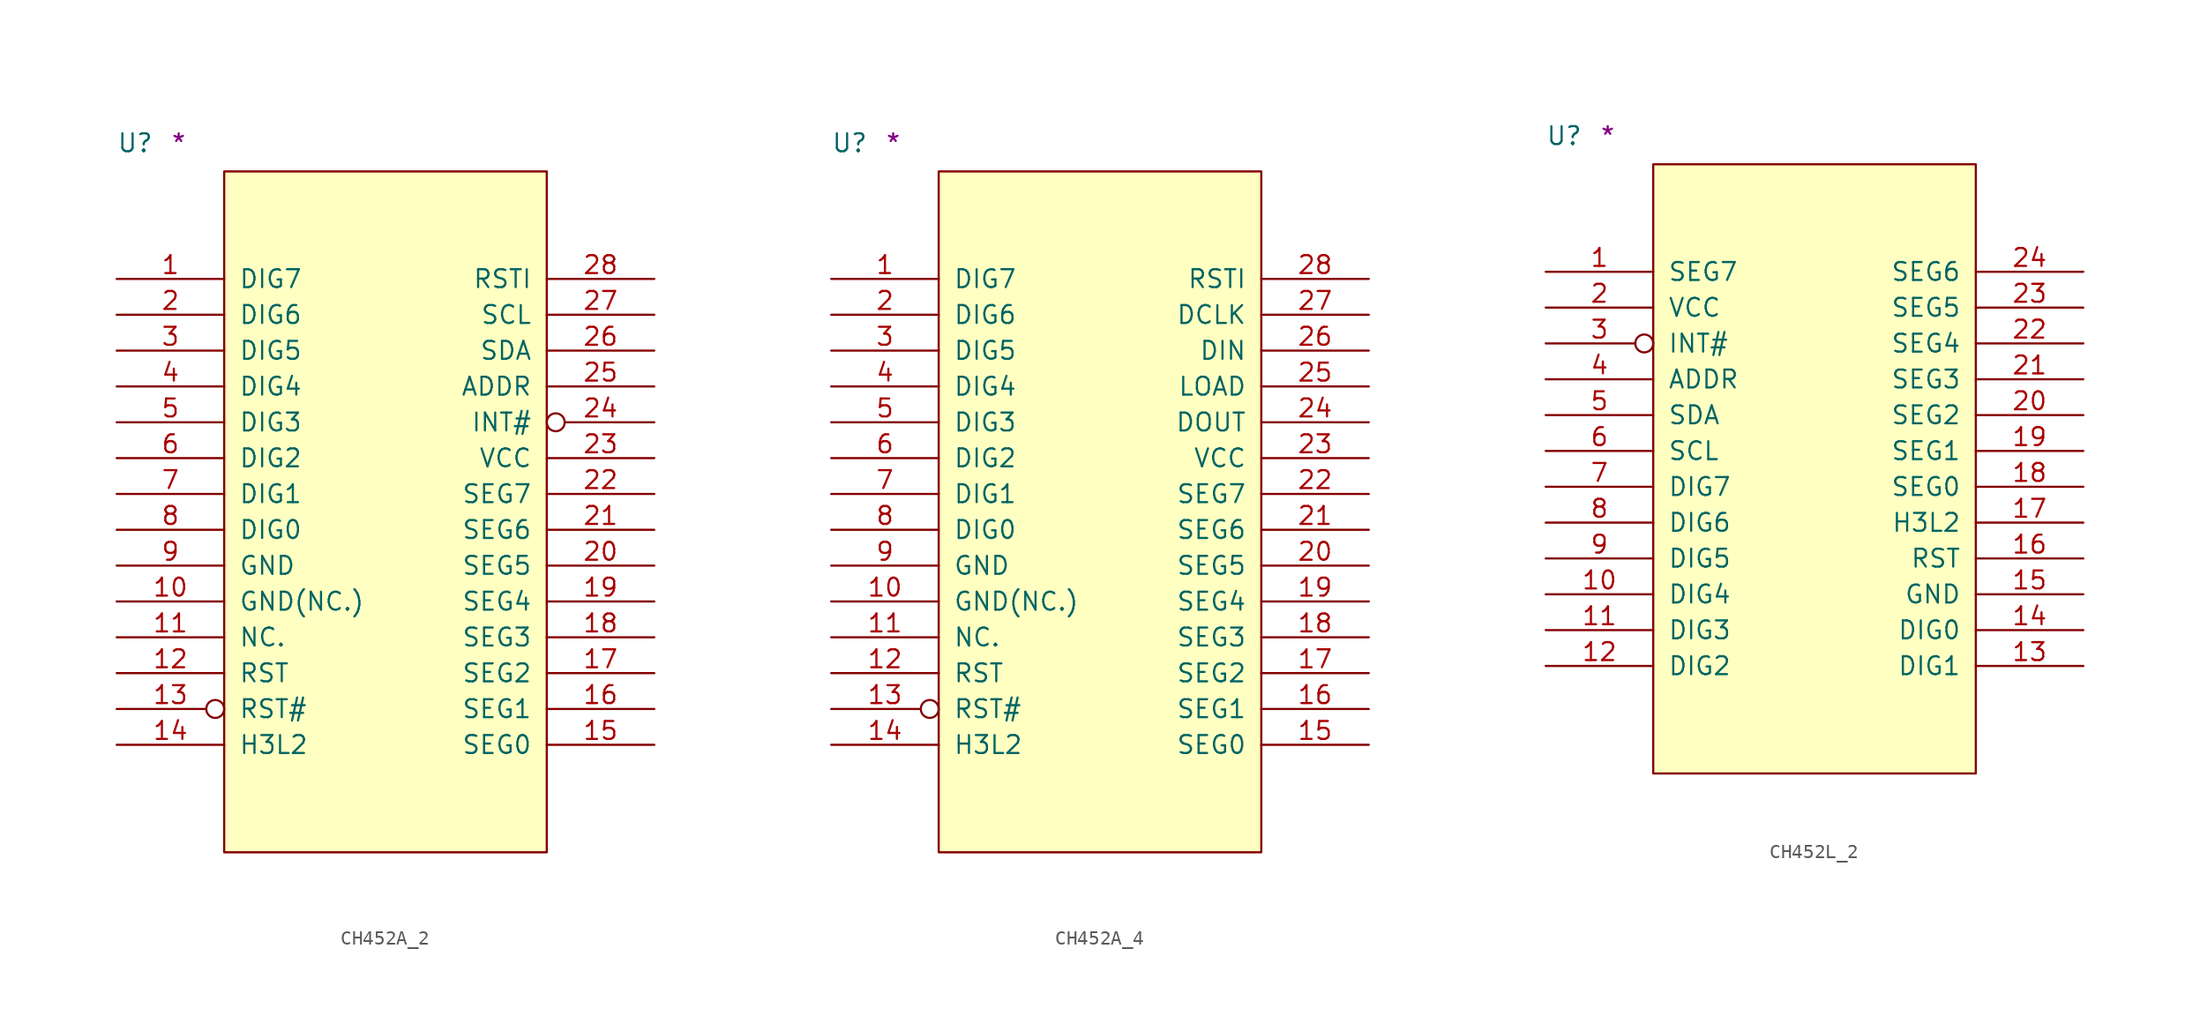
<source format=kicad_sym>
(kicad_symbol_lib
  (version 20211014)
  (generator kicad_symbol_editor)
  (symbol "CH452A_2"
    (pin_names
      (offset 1.016))
    (property "Reference" "U"
      (at -7.62 1.27 0)
      (effects (font (size 1.27 1.27)) (justify left bottom)))
    (property "Comment" "*"
      (at -3.81 1.27 0)
      (effects (font (size 1.27 1.27)) (justify left bottom)))
    (symbol "CH452A_2_1_1"
      (rectangle (start 0 -48.26) (end 22.86 0) (stroke (width 0) (type default) (color 0 0 0 0)) (fill (type background)))
      (pin output line (at -7.62 -7.62 0) (length 7.62) (name "DIG7" (effects (font (size 1.27 1.27)))) (number "1" (effects (font (size 1.27 1.27)))))
      (pin power_in line (at -7.62 -30.48 0) (length 7.62) (name "GND(NC.)" (effects (font (size 1.27 1.27)))) (number "10" (effects (font (size 1.27 1.27)))))
      (pin passive line (at -7.62 -33.02 0) (length 7.62) (name "NC." (effects (font (size 1.27 1.27)))) (number "11" (effects (font (size 1.27 1.27)))))
      (pin output line (at -7.62 -35.56 0) (length 7.62) (name "RST" (effects (font (size 1.27 1.27)))) (number "12" (effects (font (size 1.27 1.27)))))
      (pin output inverted (at -7.62 -38.1 0) (length 7.62) (name "RST#" (effects (font (size 1.27 1.27)))) (number "13" (effects (font (size 1.27 1.27)))))
      (pin input line (at -7.62 -40.64 0) (length 7.62) (name "H3L2" (effects (font (size 1.27 1.27)))) (number "14" (effects (font (size 1.27 1.27)))))
      (pin bidirectional line (at 30.48 -40.64 180) (length 7.62) (name "SEG0" (effects (font (size 1.27 1.27)))) (number "15" (effects (font (size 1.27 1.27)))))
      (pin bidirectional line (at 30.48 -38.1 180) (length 7.62) (name "SEG1" (effects (font (size 1.27 1.27)))) (number "16" (effects (font (size 1.27 1.27)))))
      (pin bidirectional line (at 30.48 -35.56 180) (length 7.62) (name "SEG2" (effects (font (size 1.27 1.27)))) (number "17" (effects (font (size 1.27 1.27)))))
      (pin bidirectional line (at 30.48 -33.02 180) (length 7.62) (name "SEG3" (effects (font (size 1.27 1.27)))) (number "18" (effects (font (size 1.27 1.27)))))
      (pin bidirectional line (at 30.48 -30.48 180) (length 7.62) (name "SEG4" (effects (font (size 1.27 1.27)))) (number "19" (effects (font (size 1.27 1.27)))))
      (pin output line (at -7.62 -10.16 0) (length 7.62) (name "DIG6" (effects (font (size 1.27 1.27)))) (number "2" (effects (font (size 1.27 1.27)))))
      (pin bidirectional line (at 30.48 -27.94 180) (length 7.62) (name "SEG5" (effects (font (size 1.27 1.27)))) (number "20" (effects (font (size 1.27 1.27)))))
      (pin bidirectional line (at 30.48 -25.4 180) (length 7.62) (name "SEG6" (effects (font (size 1.27 1.27)))) (number "21" (effects (font (size 1.27 1.27)))))
      (pin bidirectional line (at 30.48 -22.86 180) (length 7.62) (name "SEG7" (effects (font (size 1.27 1.27)))) (number "22" (effects (font (size 1.27 1.27)))))
      (pin power_in line (at 30.48 -20.32 180) (length 7.62) (name "VCC" (effects (font (size 1.27 1.27)))) (number "23" (effects (font (size 1.27 1.27)))))
      (pin output inverted (at 30.48 -17.78 180) (length 7.62) (name "INT#" (effects (font (size 1.27 1.27)))) (number "24" (effects (font (size 1.27 1.27)))))
      (pin input line (at 30.48 -15.24 180) (length 7.62) (name "ADDR" (effects (font (size 1.27 1.27)))) (number "25" (effects (font (size 1.27 1.27)))))
      (pin bidirectional line (at 30.48 -12.7 180) (length 7.62) (name "SDA" (effects (font (size 1.27 1.27)))) (number "26" (effects (font (size 1.27 1.27)))))
      (pin input line (at 30.48 -10.16 180) (length 7.62) (name "SCL" (effects (font (size 1.27 1.27)))) (number "27" (effects (font (size 1.27 1.27)))))
      (pin bidirectional line (at 30.48 -7.62 180) (length 7.62) (name "RSTI" (effects (font (size 1.27 1.27)))) (number "28" (effects (font (size 1.27 1.27)))))
      (pin output line (at -7.62 -12.7 0) (length 7.62) (name "DIG5" (effects (font (size 1.27 1.27)))) (number "3" (effects (font (size 1.27 1.27)))))
      (pin output line (at -7.62 -15.24 0) (length 7.62) (name "DIG4" (effects (font (size 1.27 1.27)))) (number "4" (effects (font (size 1.27 1.27)))))
      (pin output line (at -7.62 -17.78 0) (length 7.62) (name "DIG3" (effects (font (size 1.27 1.27)))) (number "5" (effects (font (size 1.27 1.27)))))
      (pin output line (at -7.62 -20.32 0) (length 7.62) (name "DIG2" (effects (font (size 1.27 1.27)))) (number "6" (effects (font (size 1.27 1.27)))))
      (pin output line (at -7.62 -22.86 0) (length 7.62) (name "DIG1" (effects (font (size 1.27 1.27)))) (number "7" (effects (font (size 1.27 1.27)))))
      (pin output line (at -7.62 -25.4 0) (length 7.62) (name "DIG0" (effects (font (size 1.27 1.27)))) (number "8" (effects (font (size 1.27 1.27)))))
      (pin power_in line (at -7.62 -27.94 0) (length 7.62) (name "GND" (effects (font (size 1.27 1.27)))) (number "9" (effects (font (size 1.27 1.27)))))))
  (symbol "CH452A_4"
    (pin_names
      (offset 1.016))
    (property "Reference" "U"
      (at -7.62 1.27 0)
      (effects (font (size 1.27 1.27)) (justify left bottom)))
    (property "Comment" "*"
      (at -3.81 1.27 0)
      (effects (font (size 1.27 1.27)) (justify left bottom)))
    (symbol "CH452A_4_1_1"
      (rectangle (start 0 -48.26) (end 22.86 0) (stroke (width 0) (type default) (color 0 0 0 0)) (fill (type background)))
      (pin output line (at -7.62 -7.62 0) (length 7.62) (name "DIG7" (effects (font (size 1.27 1.27)))) (number "1" (effects (font (size 1.27 1.27)))))
      (pin power_in line (at -7.62 -30.48 0) (length 7.62) (name "GND(NC.)" (effects (font (size 1.27 1.27)))) (number "10" (effects (font (size 1.27 1.27)))))
      (pin passive line (at -7.62 -33.02 0) (length 7.62) (name "NC." (effects (font (size 1.27 1.27)))) (number "11" (effects (font (size 1.27 1.27)))))
      (pin output line (at -7.62 -35.56 0) (length 7.62) (name "RST" (effects (font (size 1.27 1.27)))) (number "12" (effects (font (size 1.27 1.27)))))
      (pin output inverted (at -7.62 -38.1 0) (length 7.62) (name "RST#" (effects (font (size 1.27 1.27)))) (number "13" (effects (font (size 1.27 1.27)))))
      (pin input line (at -7.62 -40.64 0) (length 7.62) (name "H3L2" (effects (font (size 1.27 1.27)))) (number "14" (effects (font (size 1.27 1.27)))))
      (pin bidirectional line (at 30.48 -40.64 180) (length 7.62) (name "SEG0" (effects (font (size 1.27 1.27)))) (number "15" (effects (font (size 1.27 1.27)))))
      (pin bidirectional line (at 30.48 -38.1 180) (length 7.62) (name "SEG1" (effects (font (size 1.27 1.27)))) (number "16" (effects (font (size 1.27 1.27)))))
      (pin bidirectional line (at 30.48 -35.56 180) (length 7.62) (name "SEG2" (effects (font (size 1.27 1.27)))) (number "17" (effects (font (size 1.27 1.27)))))
      (pin bidirectional line (at 30.48 -33.02 180) (length 7.62) (name "SEG3" (effects (font (size 1.27 1.27)))) (number "18" (effects (font (size 1.27 1.27)))))
      (pin bidirectional line (at 30.48 -30.48 180) (length 7.62) (name "SEG4" (effects (font (size 1.27 1.27)))) (number "19" (effects (font (size 1.27 1.27)))))
      (pin output line (at -7.62 -10.16 0) (length 7.62) (name "DIG6" (effects (font (size 1.27 1.27)))) (number "2" (effects (font (size 1.27 1.27)))))
      (pin bidirectional line (at 30.48 -27.94 180) (length 7.62) (name "SEG5" (effects (font (size 1.27 1.27)))) (number "20" (effects (font (size 1.27 1.27)))))
      (pin bidirectional line (at 30.48 -25.4 180) (length 7.62) (name "SEG6" (effects (font (size 1.27 1.27)))) (number "21" (effects (font (size 1.27 1.27)))))
      (pin bidirectional line (at 30.48 -22.86 180) (length 7.62) (name "SEG7" (effects (font (size 1.27 1.27)))) (number "22" (effects (font (size 1.27 1.27)))))
      (pin power_in line (at 30.48 -20.32 180) (length 7.62) (name "VCC" (effects (font (size 1.27 1.27)))) (number "23" (effects (font (size 1.27 1.27)))))
      (pin output line (at 30.48 -17.78 180) (length 7.62) (name "DOUT" (effects (font (size 1.27 1.27)))) (number "24" (effects (font (size 1.27 1.27)))))
      (pin input line (at 30.48 -15.24 180) (length 7.62) (name "LOAD" (effects (font (size 1.27 1.27)))) (number "25" (effects (font (size 1.27 1.27)))))
      (pin bidirectional line (at 30.48 -12.7 180) (length 7.62) (name "DIN" (effects (font (size 1.27 1.27)))) (number "26" (effects (font (size 1.27 1.27)))))
      (pin input line (at 30.48 -10.16 180) (length 7.62) (name "DCLK" (effects (font (size 1.27 1.27)))) (number "27" (effects (font (size 1.27 1.27)))))
      (pin bidirectional line (at 30.48 -7.62 180) (length 7.62) (name "RSTI" (effects (font (size 1.27 1.27)))) (number "28" (effects (font (size 1.27 1.27)))))
      (pin output line (at -7.62 -12.7 0) (length 7.62) (name "DIG5" (effects (font (size 1.27 1.27)))) (number "3" (effects (font (size 1.27 1.27)))))
      (pin output line (at -7.62 -15.24 0) (length 7.62) (name "DIG4" (effects (font (size 1.27 1.27)))) (number "4" (effects (font (size 1.27 1.27)))))
      (pin output line (at -7.62 -17.78 0) (length 7.62) (name "DIG3" (effects (font (size 1.27 1.27)))) (number "5" (effects (font (size 1.27 1.27)))))
      (pin output line (at -7.62 -20.32 0) (length 7.62) (name "DIG2" (effects (font (size 1.27 1.27)))) (number "6" (effects (font (size 1.27 1.27)))))
      (pin output line (at -7.62 -22.86 0) (length 7.62) (name "DIG1" (effects (font (size 1.27 1.27)))) (number "7" (effects (font (size 1.27 1.27)))))
      (pin output line (at -7.62 -25.4 0) (length 7.62) (name "DIG0" (effects (font (size 1.27 1.27)))) (number "8" (effects (font (size 1.27 1.27)))))
      (pin power_in line (at -7.62 -27.94 0) (length 7.62) (name "GND" (effects (font (size 1.27 1.27)))) (number "9" (effects (font (size 1.27 1.27)))))))
  (symbol "CH452L_2"
    (pin_names
      (offset 1.016))
    (property "Reference" "U"
      (at -7.62 1.27 0)
      (effects (font (size 1.27 1.27)) (justify left bottom)))
    (property "Comment" "*"
      (at -3.81 1.27 0)
      (effects (font (size 1.27 1.27)) (justify left bottom)))
    (symbol "CH452L_2_1_1"
      (rectangle (start 0 -43.18) (end 22.86 0) (stroke (width 0) (type default) (color 0 0 0 0)) (fill (type background)))
      (pin bidirectional line (at -7.62 -7.62 0) (length 7.62) (name "SEG7" (effects (font (size 1.27 1.27)))) (number "1" (effects (font (size 1.27 1.27)))))
      (pin output line (at -7.62 -30.48 0) (length 7.62) (name "DIG4" (effects (font (size 1.27 1.27)))) (number "10" (effects (font (size 1.27 1.27)))))
      (pin output line (at -7.62 -33.02 0) (length 7.62) (name "DIG3" (effects (font (size 1.27 1.27)))) (number "11" (effects (font (size 1.27 1.27)))))
      (pin output line (at -7.62 -35.56 0) (length 7.62) (name "DIG2" (effects (font (size 1.27 1.27)))) (number "12" (effects (font (size 1.27 1.27)))))
      (pin output line (at 30.48 -35.56 180) (length 7.62) (name "DIG1" (effects (font (size 1.27 1.27)))) (number "13" (effects (font (size 1.27 1.27)))))
      (pin output line (at 30.48 -33.02 180) (length 7.62) (name "DIG0" (effects (font (size 1.27 1.27)))) (number "14" (effects (font (size 1.27 1.27)))))
      (pin power_in line (at 30.48 -30.48 180) (length 7.62) (name "GND" (effects (font (size 1.27 1.27)))) (number "15" (effects (font (size 1.27 1.27)))))
      (pin output line (at 30.48 -27.94 180) (length 7.62) (name "RST" (effects (font (size 1.27 1.27)))) (number "16" (effects (font (size 1.27 1.27)))))
      (pin input line (at 30.48 -25.4 180) (length 7.62) (name "H3L2" (effects (font (size 1.27 1.27)))) (number "17" (effects (font (size 1.27 1.27)))))
      (pin bidirectional line (at 30.48 -22.86 180) (length 7.62) (name "SEG0" (effects (font (size 1.27 1.27)))) (number "18" (effects (font (size 1.27 1.27)))))
      (pin bidirectional line (at 30.48 -20.32 180) (length 7.62) (name "SEG1" (effects (font (size 1.27 1.27)))) (number "19" (effects (font (size 1.27 1.27)))))
      (pin power_in line (at -7.62 -10.16 0) (length 7.62) (name "VCC" (effects (font (size 1.27 1.27)))) (number "2" (effects (font (size 1.27 1.27)))))
      (pin bidirectional line (at 30.48 -17.78 180) (length 7.62) (name "SEG2" (effects (font (size 1.27 1.27)))) (number "20" (effects (font (size 1.27 1.27)))))
      (pin bidirectional line (at 30.48 -15.24 180) (length 7.62) (name "SEG3" (effects (font (size 1.27 1.27)))) (number "21" (effects (font (size 1.27 1.27)))))
      (pin bidirectional line (at 30.48 -12.7 180) (length 7.62) (name "SEG4" (effects (font (size 1.27 1.27)))) (number "22" (effects (font (size 1.27 1.27)))))
      (pin bidirectional line (at 30.48 -10.16 180) (length 7.62) (name "SEG5" (effects (font (size 1.27 1.27)))) (number "23" (effects (font (size 1.27 1.27)))))
      (pin bidirectional line (at 30.48 -7.62 180) (length 7.62) (name "SEG6" (effects (font (size 1.27 1.27)))) (number "24" (effects (font (size 1.27 1.27)))))
      (pin output inverted (at -7.62 -12.7 0) (length 7.62) (name "INT#" (effects (font (size 1.27 1.27)))) (number "3" (effects (font (size 1.27 1.27)))))
      (pin input line (at -7.62 -15.24 0) (length 7.62) (name "ADDR" (effects (font (size 1.27 1.27)))) (number "4" (effects (font (size 1.27 1.27)))))
      (pin bidirectional line (at -7.62 -17.78 0) (length 7.62) (name "SDA" (effects (font (size 1.27 1.27)))) (number "5" (effects (font (size 1.27 1.27)))))
      (pin input line (at -7.62 -20.32 0) (length 7.62) (name "SCL" (effects (font (size 1.27 1.27)))) (number "6" (effects (font (size 1.27 1.27)))))
      (pin output line (at -7.62 -22.86 0) (length 7.62) (name "DIG7" (effects (font (size 1.27 1.27)))) (number "7" (effects (font (size 1.27 1.27)))))
      (pin output line (at -7.62 -25.4 0) (length 7.62) (name "DIG6" (effects (font (size 1.27 1.27)))) (number "8" (effects (font (size 1.27 1.27)))))
      (pin output line (at -7.62 -27.94 0) (length 7.62) (name "DIG5" (effects (font (size 1.27 1.27)))) (number "9" (effects (font (size 1.27 1.27))))))))
</source>
